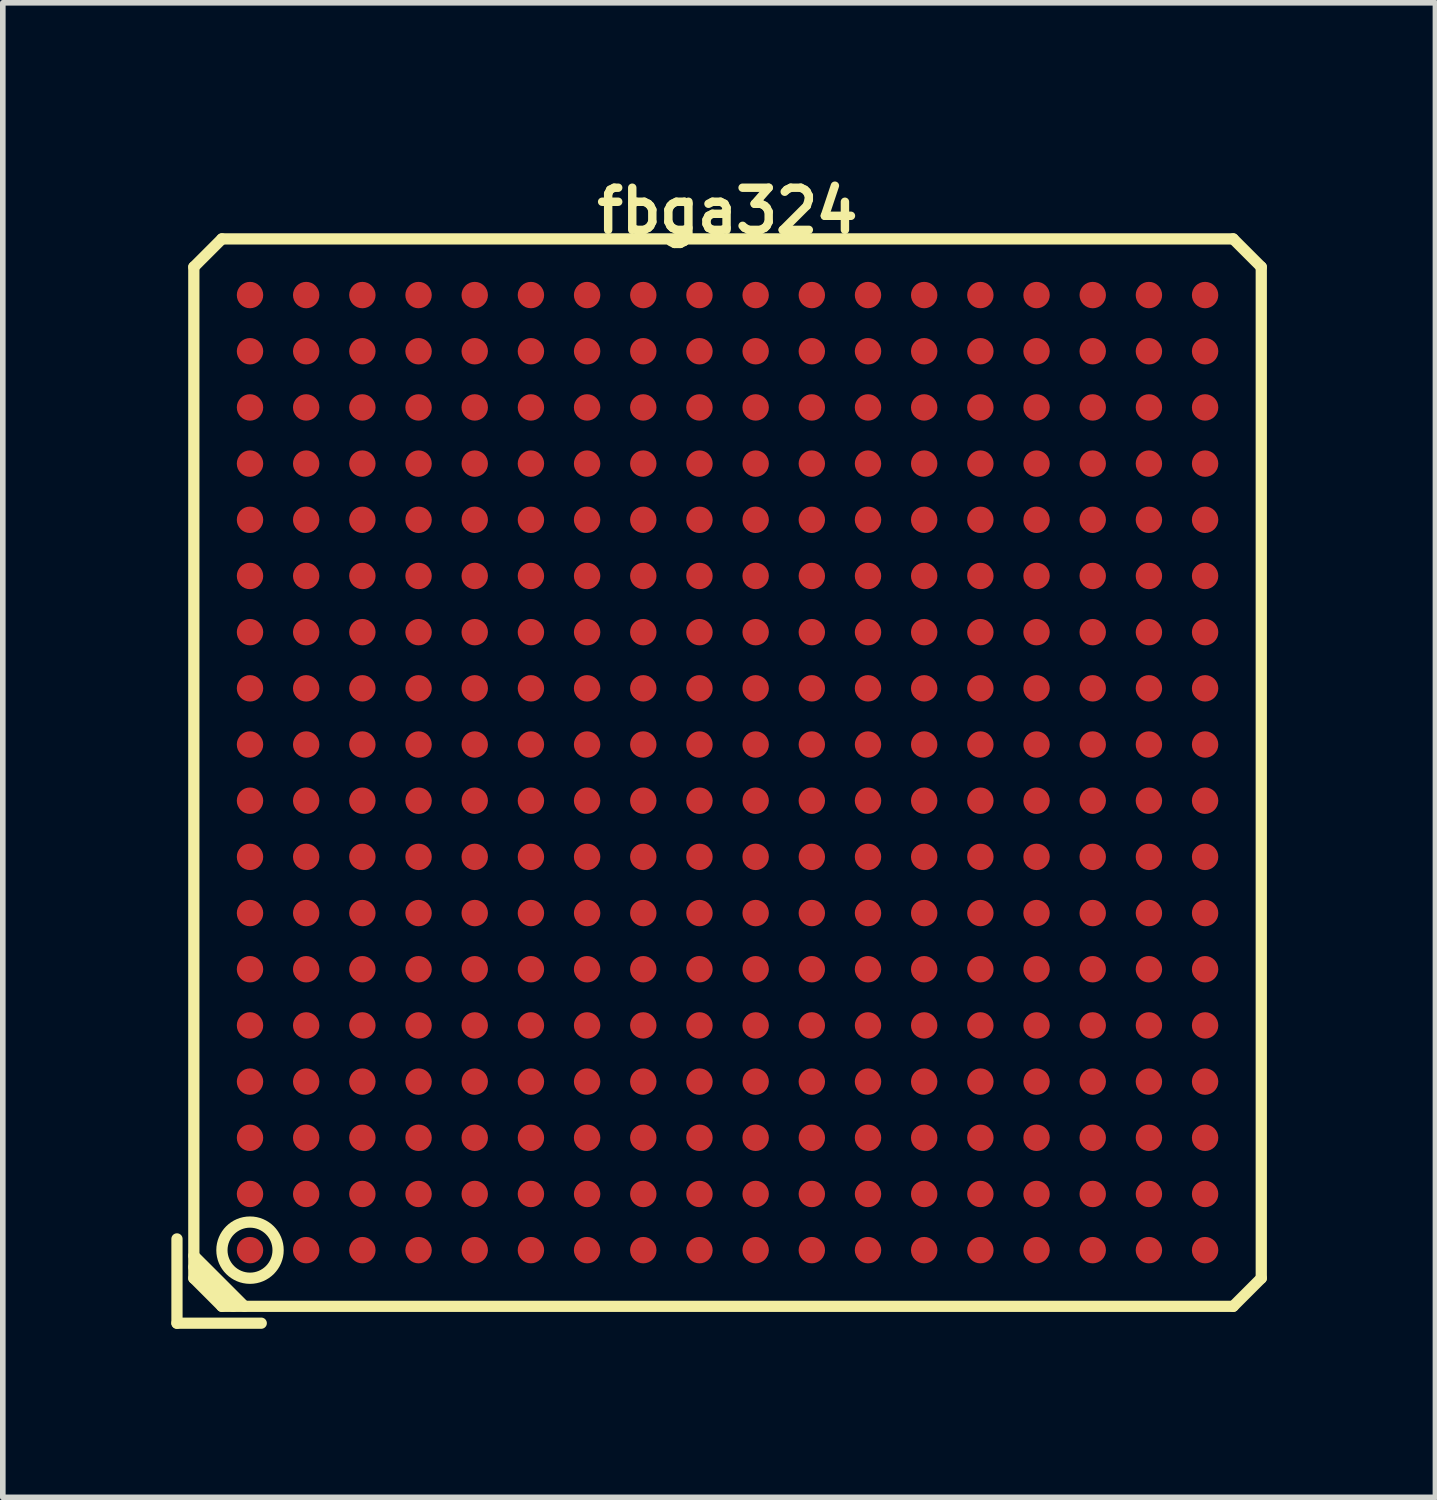
<source format=kicad_pcb>
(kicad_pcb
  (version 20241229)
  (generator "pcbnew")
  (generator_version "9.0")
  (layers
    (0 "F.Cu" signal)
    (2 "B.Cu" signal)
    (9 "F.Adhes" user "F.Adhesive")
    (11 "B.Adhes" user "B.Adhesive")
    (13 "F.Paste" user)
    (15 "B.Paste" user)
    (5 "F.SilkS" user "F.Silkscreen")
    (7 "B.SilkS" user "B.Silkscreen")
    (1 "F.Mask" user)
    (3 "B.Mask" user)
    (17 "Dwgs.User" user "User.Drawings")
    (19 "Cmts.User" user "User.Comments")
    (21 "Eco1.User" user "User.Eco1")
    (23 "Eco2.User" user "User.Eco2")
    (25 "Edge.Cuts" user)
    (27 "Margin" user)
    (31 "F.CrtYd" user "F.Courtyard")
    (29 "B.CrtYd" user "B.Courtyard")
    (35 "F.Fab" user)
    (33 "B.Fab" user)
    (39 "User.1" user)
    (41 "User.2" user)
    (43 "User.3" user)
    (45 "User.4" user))
  (footprint "fbga324"
    (layer "F.Cu")
    (at 9.9 10.702)
    (property "Reference" "fbga324" (at 0 -10 0) (layer "F.SilkS") (effects (font (size 0.75 0.75) (thickness 0.15))))
    (attr through_hole)
    (fp_line (start -9.8 8.3) (end -9.8 9.8) (stroke (width 0.2) (type solid)) (layer "F.SilkS"))
    (fp_line (start -9.8 9.8) (end -8.3 9.8) (stroke (width 0.2) (type solid)) (layer "F.SilkS"))
    (fp_line (start -9.5 -9) (end -9.5 9) (stroke (width 0.2) (type solid)) (layer "F.SilkS"))
    (fp_line (start -9.5 -9) (end -9 -9.5) (stroke (width 0.2) (type solid)) (layer "F.SilkS"))
    (fp_line (start -9.5 8.8) (end -8.8 9.5) (stroke (width 0.2) (type solid)) (layer "F.SilkS"))
    (fp_line (start -9 9.5) (end -9.5 9) (stroke (width 0.2) (type solid)) (layer "F.SilkS"))
    (fp_line (start -9 9.5) (end 9 9.5) (stroke (width 0.2) (type solid)) (layer "F.SilkS"))
    (fp_line (start -8.6 9.5) (end -9.5 8.6) (stroke (width 0.2) (type solid)) (layer "F.SilkS"))
    (fp_line (start 9 -9.5) (end -9 -9.5) (stroke (width 0.2) (type solid)) (layer "F.SilkS"))
    (fp_line (start 9 -9.5) (end 9.5 -9) (stroke (width 0.2) (type solid)) (layer "F.SilkS"))
    (fp_line (start 9.5 9) (end 9 9.5) (stroke (width 0.2) (type solid)) (layer "F.SilkS"))
    (fp_line (start 9.5 9) (end 9.5 -9) (stroke (width 0.2) (type solid)) (layer "F.SilkS"))
    (fp_circle (center -8.5 8.5) (end -8.9 8.8) (stroke (width 0.2) (type solid)) (fill no) (layer "F.SilkS"))
    (pad "A1" smd circle (at -8.5 8.5) (size 0.47 0.47) (layers "F.Cu" "F.Mask" "F.Paste"))
    (pad "A2" smd circle (at -7.5 8.5) (size 0.47 0.47) (layers "F.Cu" "F.Mask" "F.Paste"))
    (pad "A3" smd circle (at -6.5 8.5) (size 0.47 0.47) (layers "F.Cu" "F.Mask" "F.Paste"))
    (pad "A4" smd circle (at -5.5 8.5) (size 0.47 0.47) (layers "F.Cu" "F.Mask" "F.Paste"))
    (pad "A5" smd circle (at -4.5 8.5) (size 0.47 0.47) (layers "F.Cu" "F.Mask" "F.Paste"))
    (pad "A6" smd circle (at -3.5 8.5) (size 0.47 0.47) (layers "F.Cu" "F.Mask" "F.Paste"))
    (pad "A7" smd circle (at -2.5 8.5) (size 0.47 0.47) (layers "F.Cu" "F.Mask" "F.Paste"))
    (pad "A8" smd circle (at -1.5 8.5) (size 0.47 0.47) (layers "F.Cu" "F.Mask" "F.Paste"))
    (pad "A9" smd circle (at -0.5 8.5) (size 0.47 0.47) (layers "F.Cu" "F.Mask" "F.Paste"))
    (pad "A10" smd circle (at 0.5 8.5) (size 0.47 0.47) (layers "F.Cu" "F.Mask" "F.Paste"))
    (pad "A11" smd circle (at 1.5 8.5) (size 0.47 0.47) (layers "F.Cu" "F.Mask" "F.Paste"))
    (pad "A12" smd circle (at 2.5 8.5) (size 0.47 0.47) (layers "F.Cu" "F.Mask" "F.Paste"))
    (pad "A13" smd circle (at 3.5 8.5) (size 0.47 0.47) (layers "F.Cu" "F.Mask" "F.Paste"))
    (pad "A14" smd circle (at 4.5 8.5) (size 0.47 0.47) (layers "F.Cu" "F.Mask" "F.Paste"))
    (pad "A15" smd circle (at 5.5 8.5) (size 0.47 0.47) (layers "F.Cu" "F.Mask" "F.Paste"))
    (pad "A16" smd circle (at 6.5 8.5) (size 0.47 0.47) (layers "F.Cu" "F.Mask" "F.Paste"))
    (pad "A17" smd circle (at 7.5 8.5) (size 0.47 0.47) (layers "F.Cu" "F.Mask" "F.Paste"))
    (pad "A18" smd circle (at 8.5 8.5) (size 0.47 0.47) (layers "F.Cu" "F.Mask" "F.Paste"))
    (pad "B1" smd circle (at -8.5 7.5) (size 0.47 0.47) (layers "F.Cu" "F.Mask" "F.Paste"))
    (pad "B2" smd circle (at -7.5 7.5) (size 0.47 0.47) (layers "F.Cu" "F.Mask" "F.Paste"))
    (pad "B3" smd circle (at -6.5 7.5) (size 0.47 0.47) (layers "F.Cu" "F.Mask" "F.Paste"))
    (pad "B4" smd circle (at -5.5 7.5) (size 0.47 0.47) (layers "F.Cu" "F.Mask" "F.Paste"))
    (pad "B5" smd circle (at -4.5 7.5) (size 0.47 0.47) (layers "F.Cu" "F.Mask" "F.Paste"))
    (pad "B6" smd circle (at -3.5 7.5) (size 0.47 0.47) (layers "F.Cu" "F.Mask" "F.Paste"))
    (pad "B7" smd circle (at -2.5 7.5) (size 0.47 0.47) (layers "F.Cu" "F.Mask" "F.Paste"))
    (pad "B8" smd circle (at -1.5 7.5) (size 0.47 0.47) (layers "F.Cu" "F.Mask" "F.Paste"))
    (pad "B9" smd circle (at -0.5 7.5) (size 0.47 0.47) (layers "F.Cu" "F.Mask" "F.Paste"))
    (pad "B10" smd circle (at 0.5 7.5) (size 0.47 0.47) (layers "F.Cu" "F.Mask" "F.Paste"))
    (pad "B11" smd circle (at 1.5 7.5) (size 0.47 0.47) (layers "F.Cu" "F.Mask" "F.Paste"))
    (pad "B12" smd circle (at 2.5 7.5) (size 0.47 0.47) (layers "F.Cu" "F.Mask" "F.Paste"))
    (pad "B13" smd circle (at 3.5 7.5) (size 0.47 0.47) (layers "F.Cu" "F.Mask" "F.Paste"))
    (pad "B14" smd circle (at 4.5 7.5) (size 0.47 0.47) (layers "F.Cu" "F.Mask" "F.Paste"))
    (pad "B15" smd circle (at 5.5 7.5) (size 0.47 0.47) (layers "F.Cu" "F.Mask" "F.Paste"))
    (pad "B16" smd circle (at 6.5 7.5) (size 0.47 0.47) (layers "F.Cu" "F.Mask" "F.Paste"))
    (pad "B17" smd circle (at 7.5 7.5) (size 0.47 0.47) (layers "F.Cu" "F.Mask" "F.Paste"))
    (pad "B18" smd circle (at 8.5 7.5) (size 0.47 0.47) (layers "F.Cu" "F.Mask" "F.Paste"))
    (pad "C1" smd circle (at -8.5 6.5) (size 0.47 0.47) (layers "F.Cu" "F.Mask" "F.Paste"))
    (pad "C2" smd circle (at -7.5 6.5) (size 0.47 0.47) (layers "F.Cu" "F.Mask" "F.Paste"))
    (pad "C3" smd circle (at -6.5 6.5) (size 0.47 0.47) (layers "F.Cu" "F.Mask" "F.Paste"))
    (pad "C4" smd circle (at -5.5 6.5) (size 0.47 0.47) (layers "F.Cu" "F.Mask" "F.Paste"))
    (pad "C5" smd circle (at -4.5 6.5) (size 0.47 0.47) (layers "F.Cu" "F.Mask" "F.Paste"))
    (pad "C6" smd circle (at -3.5 6.5) (size 0.47 0.47) (layers "F.Cu" "F.Mask" "F.Paste"))
    (pad "C7" smd circle (at -2.5 6.5) (size 0.47 0.47) (layers "F.Cu" "F.Mask" "F.Paste"))
    (pad "C8" smd circle (at -1.5 6.5) (size 0.47 0.47) (layers "F.Cu" "F.Mask" "F.Paste"))
    (pad "C9" smd circle (at -0.5 6.5) (size 0.47 0.47) (layers "F.Cu" "F.Mask" "F.Paste"))
    (pad "C10" smd circle (at 0.5 6.5) (size 0.47 0.47) (layers "F.Cu" "F.Mask" "F.Paste"))
    (pad "C11" smd circle (at 1.5 6.5) (size 0.47 0.47) (layers "F.Cu" "F.Mask" "F.Paste"))
    (pad "C12" smd circle (at 2.5 6.5) (size 0.47 0.47) (layers "F.Cu" "F.Mask" "F.Paste"))
    (pad "C13" smd circle (at 3.5 6.5) (size 0.47 0.47) (layers "F.Cu" "F.Mask" "F.Paste"))
    (pad "C14" smd circle (at 4.5 6.5) (size 0.47 0.47) (layers "F.Cu" "F.Mask" "F.Paste"))
    (pad "C15" smd circle (at 5.5 6.5) (size 0.47 0.47) (layers "F.Cu" "F.Mask" "F.Paste"))
    (pad "C16" smd circle (at 6.5 6.5) (size 0.47 0.47) (layers "F.Cu" "F.Mask" "F.Paste"))
    (pad "C17" smd circle (at 7.5 6.5) (size 0.47 0.47) (layers "F.Cu" "F.Mask" "F.Paste"))
    (pad "C18" smd circle (at 8.5 6.5) (size 0.47 0.47) (layers "F.Cu" "F.Mask" "F.Paste"))
    (pad "D1" smd circle (at -8.5 5.5) (size 0.47 0.47) (layers "F.Cu" "F.Mask" "F.Paste"))
    (pad "D2" smd circle (at -7.5 5.5) (size 0.47 0.47) (layers "F.Cu" "F.Mask" "F.Paste"))
    (pad "D3" smd circle (at -6.5 5.5) (size 0.47 0.47) (layers "F.Cu" "F.Mask" "F.Paste"))
    (pad "D4" smd circle (at -5.5 5.5) (size 0.47 0.47) (layers "F.Cu" "F.Mask" "F.Paste"))
    (pad "D5" smd circle (at -4.5 5.5) (size 0.47 0.47) (layers "F.Cu" "F.Mask" "F.Paste"))
    (pad "D6" smd circle (at -3.5 5.5) (size 0.47 0.47) (layers "F.Cu" "F.Mask" "F.Paste"))
    (pad "D7" smd circle (at -2.5 5.5) (size 0.47 0.47) (layers "F.Cu" "F.Mask" "F.Paste"))
    (pad "D8" smd circle (at -1.5 5.5) (size 0.47 0.47) (layers "F.Cu" "F.Mask" "F.Paste"))
    (pad "D9" smd circle (at -0.5 5.5) (size 0.47 0.47) (layers "F.Cu" "F.Mask" "F.Paste"))
    (pad "D10" smd circle (at 0.5 5.5) (size 0.47 0.47) (layers "F.Cu" "F.Mask" "F.Paste"))
    (pad "D11" smd circle (at 1.5 5.5) (size 0.47 0.47) (layers "F.Cu" "F.Mask" "F.Paste"))
    (pad "D12" smd circle (at 2.5 5.5) (size 0.47 0.47) (layers "F.Cu" "F.Mask" "F.Paste"))
    (pad "D13" smd circle (at 3.5 5.5) (size 0.47 0.47) (layers "F.Cu" "F.Mask" "F.Paste"))
    (pad "D14" smd circle (at 4.5 5.5) (size 0.47 0.47) (layers "F.Cu" "F.Mask" "F.Paste"))
    (pad "D15" smd circle (at 5.5 5.5) (size 0.47 0.47) (layers "F.Cu" "F.Mask" "F.Paste"))
    (pad "D16" smd circle (at 6.5 5.5) (size 0.47 0.47) (layers "F.Cu" "F.Mask" "F.Paste"))
    (pad "D17" smd circle (at 7.5 5.5) (size 0.47 0.47) (layers "F.Cu" "F.Mask" "F.Paste"))
    (pad "D18" smd circle (at 8.5 5.5) (size 0.47 0.47) (layers "F.Cu" "F.Mask" "F.Paste"))
    (pad "E1" smd circle (at -8.5 4.5) (size 0.47 0.47) (layers "F.Cu" "F.Mask" "F.Paste"))
    (pad "E2" smd circle (at -7.5 4.5) (size 0.47 0.47) (layers "F.Cu" "F.Mask" "F.Paste"))
    (pad "E3" smd circle (at -6.5 4.5) (size 0.47 0.47) (layers "F.Cu" "F.Mask" "F.Paste"))
    (pad "E4" smd circle (at -5.5 4.5) (size 0.47 0.47) (layers "F.Cu" "F.Mask" "F.Paste"))
    (pad "E5" smd circle (at -4.5 4.5) (size 0.47 0.47) (layers "F.Cu" "F.Mask" "F.Paste"))
    (pad "E6" smd circle (at -3.5 4.5) (size 0.47 0.47) (layers "F.Cu" "F.Mask" "F.Paste"))
    (pad "E7" smd circle (at -2.5 4.5) (size 0.47 0.47) (layers "F.Cu" "F.Mask" "F.Paste"))
    (pad "E8" smd circle (at -1.5 4.5) (size 0.47 0.47) (layers "F.Cu" "F.Mask" "F.Paste"))
    (pad "E9" smd circle (at -0.5 4.5) (size 0.47 0.47) (layers "F.Cu" "F.Mask" "F.Paste"))
    (pad "E10" smd circle (at 0.5 4.5) (size 0.47 0.47) (layers "F.Cu" "F.Mask" "F.Paste"))
    (pad "E11" smd circle (at 1.5 4.5) (size 0.47 0.47) (layers "F.Cu" "F.Mask" "F.Paste"))
    (pad "E12" smd circle (at 2.5 4.5) (size 0.47 0.47) (layers "F.Cu" "F.Mask" "F.Paste"))
    (pad "E13" smd circle (at 3.5 4.5) (size 0.47 0.47) (layers "F.Cu" "F.Mask" "F.Paste"))
    (pad "E14" smd circle (at 4.5 4.5) (size 0.47 0.47) (layers "F.Cu" "F.Mask" "F.Paste"))
    (pad "E15" smd circle (at 5.5 4.5) (size 0.47 0.47) (layers "F.Cu" "F.Mask" "F.Paste"))
    (pad "E16" smd circle (at 6.5 4.5) (size 0.47 0.47) (layers "F.Cu" "F.Mask" "F.Paste"))
    (pad "E17" smd circle (at 7.5 4.5) (size 0.47 0.47) (layers "F.Cu" "F.Mask" "F.Paste"))
    (pad "E18" smd circle (at 8.5 4.5) (size 0.47 0.47) (layers "F.Cu" "F.Mask" "F.Paste"))
    (pad "F1" smd circle (at -8.5 3.5) (size 0.47 0.47) (layers "F.Cu" "F.Mask" "F.Paste"))
    (pad "F2" smd circle (at -7.5 3.5) (size 0.47 0.47) (layers "F.Cu" "F.Mask" "F.Paste"))
    (pad "F3" smd circle (at -6.5 3.5) (size 0.47 0.47) (layers "F.Cu" "F.Mask" "F.Paste"))
    (pad "F4" smd circle (at -5.5 3.5) (size 0.47 0.47) (layers "F.Cu" "F.Mask" "F.Paste"))
    (pad "F5" smd circle (at -4.5 3.5) (size 0.47 0.47) (layers "F.Cu" "F.Mask" "F.Paste"))
    (pad "F6" smd circle (at -3.5 3.5) (size 0.47 0.47) (layers "F.Cu" "F.Mask" "F.Paste"))
    (pad "F7" smd circle (at -2.5 3.5) (size 0.47 0.47) (layers "F.Cu" "F.Mask" "F.Paste"))
    (pad "F8" smd circle (at -1.5 3.5) (size 0.47 0.47) (layers "F.Cu" "F.Mask" "F.Paste"))
    (pad "F9" smd circle (at -0.5 3.5) (size 0.47 0.47) (layers "F.Cu" "F.Mask" "F.Paste"))
    (pad "F10" smd circle (at 0.5 3.5) (size 0.47 0.47) (layers "F.Cu" "F.Mask" "F.Paste"))
    (pad "F11" smd circle (at 1.5 3.5) (size 0.47 0.47) (layers "F.Cu" "F.Mask" "F.Paste"))
    (pad "F12" smd circle (at 2.5 3.5) (size 0.47 0.47) (layers "F.Cu" "F.Mask" "F.Paste"))
    (pad "F13" smd circle (at 3.5 3.5) (size 0.47 0.47) (layers "F.Cu" "F.Mask" "F.Paste"))
    (pad "F14" smd circle (at 4.5 3.5) (size 0.47 0.47) (layers "F.Cu" "F.Mask" "F.Paste"))
    (pad "F15" smd circle (at 5.5 3.5) (size 0.47 0.47) (layers "F.Cu" "F.Mask" "F.Paste"))
    (pad "F16" smd circle (at 6.5 3.5) (size 0.47 0.47) (layers "F.Cu" "F.Mask" "F.Paste"))
    (pad "F17" smd circle (at 7.5 3.5) (size 0.47 0.47) (layers "F.Cu" "F.Mask" "F.Paste"))
    (pad "F18" smd circle (at 8.5 3.5) (size 0.47 0.47) (layers "F.Cu" "F.Mask" "F.Paste"))
    (pad "G1" smd circle (at -8.5 2.5) (size 0.47 0.47) (layers "F.Cu" "F.Mask" "F.Paste"))
    (pad "G2" smd circle (at -7.5 2.5) (size 0.47 0.47) (layers "F.Cu" "F.Mask" "F.Paste"))
    (pad "G3" smd circle (at -6.5 2.5) (size 0.47 0.47) (layers "F.Cu" "F.Mask" "F.Paste"))
    (pad "G4" smd circle (at -5.5 2.5) (size 0.47 0.47) (layers "F.Cu" "F.Mask" "F.Paste"))
    (pad "G5" smd circle (at -4.5 2.5) (size 0.47 0.47) (layers "F.Cu" "F.Mask" "F.Paste"))
    (pad "G6" smd circle (at -3.5 2.5) (size 0.47 0.47) (layers "F.Cu" "F.Mask" "F.Paste"))
    (pad "G7" smd circle (at -2.5 2.5) (size 0.47 0.47) (layers "F.Cu" "F.Mask" "F.Paste"))
    (pad "G8" smd circle (at -1.5 2.5) (size 0.47 0.47) (layers "F.Cu" "F.Mask" "F.Paste"))
    (pad "G9" smd circle (at -0.5 2.5) (size 0.47 0.47) (layers "F.Cu" "F.Mask" "F.Paste"))
    (pad "G10" smd circle (at 0.5 2.5) (size 0.47 0.47) (layers "F.Cu" "F.Mask" "F.Paste"))
    (pad "G11" smd circle (at 1.5 2.5) (size 0.47 0.47) (layers "F.Cu" "F.Mask" "F.Paste"))
    (pad "G12" smd circle (at 2.5 2.5) (size 0.47 0.47) (layers "F.Cu" "F.Mask" "F.Paste"))
    (pad "G13" smd circle (at 3.5 2.5) (size 0.47 0.47) (layers "F.Cu" "F.Mask" "F.Paste"))
    (pad "G14" smd circle (at 4.5 2.5) (size 0.47 0.47) (layers "F.Cu" "F.Mask" "F.Paste"))
    (pad "G15" smd circle (at 5.5 2.5) (size 0.47 0.47) (layers "F.Cu" "F.Mask" "F.Paste"))
    (pad "G16" smd circle (at 6.5 2.5) (size 0.47 0.47) (layers "F.Cu" "F.Mask" "F.Paste"))
    (pad "G17" smd circle (at 7.5 2.5) (size 0.47 0.47) (layers "F.Cu" "F.Mask" "F.Paste"))
    (pad "G18" smd circle (at 8.5 2.5) (size 0.47 0.47) (layers "F.Cu" "F.Mask" "F.Paste"))
    (pad "H1" smd circle (at -8.5 1.5) (size 0.47 0.47) (layers "F.Cu" "F.Mask" "F.Paste"))
    (pad "H2" smd circle (at -7.5 1.5) (size 0.47 0.47) (layers "F.Cu" "F.Mask" "F.Paste"))
    (pad "H3" smd circle (at -6.5 1.5) (size 0.47 0.47) (layers "F.Cu" "F.Mask" "F.Paste"))
    (pad "H4" smd circle (at -5.5 1.5) (size 0.47 0.47) (layers "F.Cu" "F.Mask" "F.Paste"))
    (pad "H5" smd circle (at -4.5 1.5) (size 0.47 0.47) (layers "F.Cu" "F.Mask" "F.Paste"))
    (pad "H6" smd circle (at -3.5 1.5) (size 0.47 0.47) (layers "F.Cu" "F.Mask" "F.Paste"))
    (pad "H7" smd circle (at -2.5 1.5) (size 0.47 0.47) (layers "F.Cu" "F.Mask" "F.Paste"))
    (pad "H8" smd circle (at -1.5 1.5) (size 0.47 0.47) (layers "F.Cu" "F.Mask" "F.Paste"))
    (pad "H9" smd circle (at -0.5 1.5) (size 0.47 0.47) (layers "F.Cu" "F.Mask" "F.Paste"))
    (pad "H10" smd circle (at 0.5 1.5) (size 0.47 0.47) (layers "F.Cu" "F.Mask" "F.Paste"))
    (pad "H11" smd circle (at 1.5 1.5) (size 0.47 0.47) (layers "F.Cu" "F.Mask" "F.Paste"))
    (pad "H12" smd circle (at 2.5 1.5) (size 0.47 0.47) (layers "F.Cu" "F.Mask" "F.Paste"))
    (pad "H13" smd circle (at 3.5 1.5) (size 0.47 0.47) (layers "F.Cu" "F.Mask" "F.Paste"))
    (pad "H14" smd circle (at 4.5 1.5) (size 0.47 0.47) (layers "F.Cu" "F.Mask" "F.Paste"))
    (pad "H15" smd circle (at 5.5 1.5) (size 0.47 0.47) (layers "F.Cu" "F.Mask" "F.Paste"))
    (pad "H16" smd circle (at 6.5 1.5) (size 0.47 0.47) (layers "F.Cu" "F.Mask" "F.Paste"))
    (pad "H17" smd circle (at 7.5 1.5) (size 0.47 0.47) (layers "F.Cu" "F.Mask" "F.Paste"))
    (pad "H18" smd circle (at 8.5 1.5) (size 0.47 0.47) (layers "F.Cu" "F.Mask" "F.Paste"))
    (pad "J1" smd circle (at -8.5 0.5) (size 0.47 0.47) (layers "F.Cu" "F.Mask" "F.Paste"))
    (pad "J2" smd circle (at -7.5 0.5) (size 0.47 0.47) (layers "F.Cu" "F.Mask" "F.Paste"))
    (pad "J3" smd circle (at -6.5 0.5) (size 0.47 0.47) (layers "F.Cu" "F.Mask" "F.Paste"))
    (pad "J4" smd circle (at -5.5 0.5) (size 0.47 0.47) (layers "F.Cu" "F.Mask" "F.Paste"))
    (pad "J5" smd circle (at -4.5 0.5) (size 0.47 0.47) (layers "F.Cu" "F.Mask" "F.Paste"))
    (pad "J6" smd circle (at -3.5 0.5) (size 0.47 0.47) (layers "F.Cu" "F.Mask" "F.Paste"))
    (pad "J7" smd circle (at -2.5 0.5) (size 0.47 0.47) (layers "F.Cu" "F.Mask" "F.Paste"))
    (pad "J8" smd circle (at -1.5 0.5) (size 0.47 0.47) (layers "F.Cu" "F.Mask" "F.Paste"))
    (pad "J9" smd circle (at -0.5 0.5) (size 0.47 0.47) (layers "F.Cu" "F.Mask" "F.Paste"))
    (pad "J10" smd circle (at 0.5 0.5) (size 0.47 0.47) (layers "F.Cu" "F.Mask" "F.Paste"))
    (pad "J11" smd circle (at 1.5 0.5) (size 0.47 0.47) (layers "F.Cu" "F.Mask" "F.Paste"))
    (pad "J12" smd circle (at 2.5 0.5) (size 0.47 0.47) (layers "F.Cu" "F.Mask" "F.Paste"))
    (pad "J13" smd circle (at 3.5 0.5) (size 0.47 0.47) (layers "F.Cu" "F.Mask" "F.Paste"))
    (pad "J14" smd circle (at 4.5 0.5) (size 0.47 0.47) (layers "F.Cu" "F.Mask" "F.Paste"))
    (pad "J15" smd circle (at 5.5 0.5) (size 0.47 0.47) (layers "F.Cu" "F.Mask" "F.Paste"))
    (pad "J16" smd circle (at 6.5 0.5) (size 0.47 0.47) (layers "F.Cu" "F.Mask" "F.Paste"))
    (pad "J17" smd circle (at 7.5 0.5) (size 0.47 0.47) (layers "F.Cu" "F.Mask" "F.Paste"))
    (pad "J18" smd circle (at 8.5 0.5) (size 0.47 0.47) (layers "F.Cu" "F.Mask" "F.Paste"))
    (pad "K1" smd circle (at -8.5 -0.5) (size 0.47 0.47) (layers "F.Cu" "F.Mask" "F.Paste"))
    (pad "K2" smd circle (at -7.5 -0.5) (size 0.47 0.47) (layers "F.Cu" "F.Mask" "F.Paste"))
    (pad "K3" smd circle (at -6.5 -0.5) (size 0.47 0.47) (layers "F.Cu" "F.Mask" "F.Paste"))
    (pad "K4" smd circle (at -5.5 -0.5) (size 0.47 0.47) (layers "F.Cu" "F.Mask" "F.Paste"))
    (pad "K5" smd circle (at -4.5 -0.5) (size 0.47 0.47) (layers "F.Cu" "F.Mask" "F.Paste"))
    (pad "K6" smd circle (at -3.5 -0.5) (size 0.47 0.47) (layers "F.Cu" "F.Mask" "F.Paste"))
    (pad "K7" smd circle (at -2.5 -0.5) (size 0.47 0.47) (layers "F.Cu" "F.Mask" "F.Paste"))
    (pad "K8" smd circle (at -1.5 -0.5) (size 0.47 0.47) (layers "F.Cu" "F.Mask" "F.Paste"))
    (pad "K9" smd circle (at -0.5 -0.5) (size 0.47 0.47) (layers "F.Cu" "F.Mask" "F.Paste"))
    (pad "K10" smd circle (at 0.5 -0.5) (size 0.47 0.47) (layers "F.Cu" "F.Mask" "F.Paste"))
    (pad "K11" smd circle (at 1.5 -0.5) (size 0.47 0.47) (layers "F.Cu" "F.Mask" "F.Paste"))
    (pad "K12" smd circle (at 2.5 -0.5) (size 0.47 0.47) (layers "F.Cu" "F.Mask" "F.Paste"))
    (pad "K13" smd circle (at 3.5 -0.5) (size 0.47 0.47) (layers "F.Cu" "F.Mask" "F.Paste"))
    (pad "K14" smd circle (at 4.5 -0.5) (size 0.47 0.47) (layers "F.Cu" "F.Mask" "F.Paste"))
    (pad "K15" smd circle (at 5.5 -0.5) (size 0.47 0.47) (layers "F.Cu" "F.Mask" "F.Paste"))
    (pad "K16" smd circle (at 6.5 -0.5) (size 0.47 0.47) (layers "F.Cu" "F.Mask" "F.Paste"))
    (pad "K17" smd circle (at 7.5 -0.5) (size 0.47 0.47) (layers "F.Cu" "F.Mask" "F.Paste"))
    (pad "K18" smd circle (at 8.5 -0.5) (size 0.47 0.47) (layers "F.Cu" "F.Mask" "F.Paste"))
    (pad "L1" smd circle (at -8.5 -1.5) (size 0.47 0.47) (layers "F.Cu" "F.Mask" "F.Paste"))
    (pad "L2" smd circle (at -7.5 -1.5) (size 0.47 0.47) (layers "F.Cu" "F.Mask" "F.Paste"))
    (pad "L3" smd circle (at -6.5 -1.5) (size 0.47 0.47) (layers "F.Cu" "F.Mask" "F.Paste"))
    (pad "L4" smd circle (at -5.5 -1.5) (size 0.47 0.47) (layers "F.Cu" "F.Mask" "F.Paste"))
    (pad "L5" smd circle (at -4.5 -1.5) (size 0.47 0.47) (layers "F.Cu" "F.Mask" "F.Paste"))
    (pad "L6" smd circle (at -3.5 -1.5) (size 0.47 0.47) (layers "F.Cu" "F.Mask" "F.Paste"))
    (pad "L7" smd circle (at -2.5 -1.5) (size 0.47 0.47) (layers "F.Cu" "F.Mask" "F.Paste"))
    (pad "L8" smd circle (at -1.5 -1.5) (size 0.47 0.47) (layers "F.Cu" "F.Mask" "F.Paste"))
    (pad "L9" smd circle (at -0.5 -1.5) (size 0.47 0.47) (layers "F.Cu" "F.Mask" "F.Paste"))
    (pad "L10" smd circle (at 0.5 -1.5) (size 0.47 0.47) (layers "F.Cu" "F.Mask" "F.Paste"))
    (pad "L11" smd circle (at 1.5 -1.5) (size 0.47 0.47) (layers "F.Cu" "F.Mask" "F.Paste"))
    (pad "L12" smd circle (at 2.5 -1.5) (size 0.47 0.47) (layers "F.Cu" "F.Mask" "F.Paste"))
    (pad "L13" smd circle (at 3.5 -1.5) (size 0.47 0.47) (layers "F.Cu" "F.Mask" "F.Paste"))
    (pad "L14" smd circle (at 4.5 -1.5) (size 0.47 0.47) (layers "F.Cu" "F.Mask" "F.Paste"))
    (pad "L15" smd circle (at 5.5 -1.5) (size 0.47 0.47) (layers "F.Cu" "F.Mask" "F.Paste"))
    (pad "L16" smd circle (at 6.5 -1.5) (size 0.47 0.47) (layers "F.Cu" "F.Mask" "F.Paste"))
    (pad "L17" smd circle (at 7.5 -1.5) (size 0.47 0.47) (layers "F.Cu" "F.Mask" "F.Paste"))
    (pad "L18" smd circle (at 8.5 -1.5) (size 0.47 0.47) (layers "F.Cu" "F.Mask" "F.Paste"))
    (pad "M1" smd circle (at -8.5 -2.5) (size 0.47 0.47) (layers "F.Cu" "F.Mask" "F.Paste"))
    (pad "M2" smd circle (at -7.5 -2.5) (size 0.47 0.47) (layers "F.Cu" "F.Mask" "F.Paste"))
    (pad "M3" smd circle (at -6.5 -2.5) (size 0.47 0.47) (layers "F.Cu" "F.Mask" "F.Paste"))
    (pad "M4" smd circle (at -5.5 -2.5) (size 0.47 0.47) (layers "F.Cu" "F.Mask" "F.Paste"))
    (pad "M5" smd circle (at -4.5 -2.5) (size 0.47 0.47) (layers "F.Cu" "F.Mask" "F.Paste"))
    (pad "M6" smd circle (at -3.5 -2.5) (size 0.47 0.47) (layers "F.Cu" "F.Mask" "F.Paste"))
    (pad "M7" smd circle (at -2.5 -2.5) (size 0.47 0.47) (layers "F.Cu" "F.Mask" "F.Paste"))
    (pad "M8" smd circle (at -1.5 -2.5) (size 0.47 0.47) (layers "F.Cu" "F.Mask" "F.Paste"))
    (pad "M9" smd circle (at -0.5 -2.5) (size 0.47 0.47) (layers "F.Cu" "F.Mask" "F.Paste"))
    (pad "M10" smd circle (at 0.5 -2.5) (size 0.47 0.47) (layers "F.Cu" "F.Mask" "F.Paste"))
    (pad "M11" smd circle (at 1.5 -2.5) (size 0.47 0.47) (layers "F.Cu" "F.Mask" "F.Paste"))
    (pad "M12" smd circle (at 2.5 -2.5) (size 0.47 0.47) (layers "F.Cu" "F.Mask" "F.Paste"))
    (pad "M13" smd circle (at 3.5 -2.5) (size 0.47 0.47) (layers "F.Cu" "F.Mask" "F.Paste"))
    (pad "M14" smd circle (at 4.5 -2.5) (size 0.47 0.47) (layers "F.Cu" "F.Mask" "F.Paste"))
    (pad "M15" smd circle (at 5.5 -2.5) (size 0.47 0.47) (layers "F.Cu" "F.Mask" "F.Paste"))
    (pad "M16" smd circle (at 6.5 -2.5) (size 0.47 0.47) (layers "F.Cu" "F.Mask" "F.Paste"))
    (pad "M17" smd circle (at 7.5 -2.5) (size 0.47 0.47) (layers "F.Cu" "F.Mask" "F.Paste"))
    (pad "M18" smd circle (at 8.5 -2.5) (size 0.47 0.47) (layers "F.Cu" "F.Mask" "F.Paste"))
    (pad "N1" smd circle (at -8.5 -3.5) (size 0.47 0.47) (layers "F.Cu" "F.Mask" "F.Paste"))
    (pad "N2" smd circle (at -7.5 -3.5) (size 0.47 0.47) (layers "F.Cu" "F.Mask" "F.Paste"))
    (pad "N3" smd circle (at -6.5 -3.5) (size 0.47 0.47) (layers "F.Cu" "F.Mask" "F.Paste"))
    (pad "N4" smd circle (at -5.5 -3.5) (size 0.47 0.47) (layers "F.Cu" "F.Mask" "F.Paste"))
    (pad "N5" smd circle (at -4.5 -3.5) (size 0.47 0.47) (layers "F.Cu" "F.Mask" "F.Paste"))
    (pad "N6" smd circle (at -3.5 -3.5) (size 0.47 0.47) (layers "F.Cu" "F.Mask" "F.Paste"))
    (pad "N7" smd circle (at -2.5 -3.5) (size 0.47 0.47) (layers "F.Cu" "F.Mask" "F.Paste"))
    (pad "N8" smd circle (at -1.5 -3.5) (size 0.47 0.47) (layers "F.Cu" "F.Mask" "F.Paste"))
    (pad "N9" smd circle (at -0.5 -3.5) (size 0.47 0.47) (layers "F.Cu" "F.Mask" "F.Paste"))
    (pad "N10" smd circle (at 0.5 -3.5) (size 0.47 0.47) (layers "F.Cu" "F.Mask" "F.Paste"))
    (pad "N11" smd circle (at 1.5 -3.5) (size 0.47 0.47) (layers "F.Cu" "F.Mask" "F.Paste"))
    (pad "N12" smd circle (at 2.5 -3.5) (size 0.47 0.47) (layers "F.Cu" "F.Mask" "F.Paste"))
    (pad "N13" smd circle (at 3.5 -3.5) (size 0.47 0.47) (layers "F.Cu" "F.Mask" "F.Paste"))
    (pad "N14" smd circle (at 4.5 -3.5) (size 0.47 0.47) (layers "F.Cu" "F.Mask" "F.Paste"))
    (pad "N15" smd circle (at 5.5 -3.5) (size 0.47 0.47) (layers "F.Cu" "F.Mask" "F.Paste"))
    (pad "N16" smd circle (at 6.5 -3.5) (size 0.47 0.47) (layers "F.Cu" "F.Mask" "F.Paste"))
    (pad "N17" smd circle (at 7.5 -3.5) (size 0.47 0.47) (layers "F.Cu" "F.Mask" "F.Paste"))
    (pad "N18" smd circle (at 8.5 -3.5) (size 0.47 0.47) (layers "F.Cu" "F.Mask" "F.Paste"))
    (pad "P1" smd circle (at -8.5 -4.5) (size 0.47 0.47) (layers "F.Cu" "F.Mask" "F.Paste"))
    (pad "P2" smd circle (at -7.5 -4.5) (size 0.47 0.47) (layers "F.Cu" "F.Mask" "F.Paste"))
    (pad "P3" smd circle (at -6.5 -4.5) (size 0.47 0.47) (layers "F.Cu" "F.Mask" "F.Paste"))
    (pad "P4" smd circle (at -5.5 -4.5) (size 0.47 0.47) (layers "F.Cu" "F.Mask" "F.Paste"))
    (pad "P5" smd circle (at -4.5 -4.5) (size 0.47 0.47) (layers "F.Cu" "F.Mask" "F.Paste"))
    (pad "P6" smd circle (at -3.5 -4.5) (size 0.47 0.47) (layers "F.Cu" "F.Mask" "F.Paste"))
    (pad "P7" smd circle (at -2.5 -4.5) (size 0.47 0.47) (layers "F.Cu" "F.Mask" "F.Paste"))
    (pad "P8" smd circle (at -1.5 -4.5) (size 0.47 0.47) (layers "F.Cu" "F.Mask" "F.Paste"))
    (pad "P9" smd circle (at -0.5 -4.5) (size 0.47 0.47) (layers "F.Cu" "F.Mask" "F.Paste"))
    (pad "P10" smd circle (at 0.5 -4.5) (size 0.47 0.47) (layers "F.Cu" "F.Mask" "F.Paste"))
    (pad "P11" smd circle (at 1.5 -4.5) (size 0.47 0.47) (layers "F.Cu" "F.Mask" "F.Paste"))
    (pad "P12" smd circle (at 2.5 -4.5) (size 0.47 0.47) (layers "F.Cu" "F.Mask" "F.Paste"))
    (pad "P13" smd circle (at 3.5 -4.5) (size 0.47 0.47) (layers "F.Cu" "F.Mask" "F.Paste"))
    (pad "P14" smd circle (at 4.5 -4.5) (size 0.47 0.47) (layers "F.Cu" "F.Mask" "F.Paste"))
    (pad "P15" smd circle (at 5.5 -4.5) (size 0.47 0.47) (layers "F.Cu" "F.Mask" "F.Paste"))
    (pad "P16" smd circle (at 6.5 -4.5) (size 0.47 0.47) (layers "F.Cu" "F.Mask" "F.Paste"))
    (pad "P17" smd circle (at 7.5 -4.5) (size 0.47 0.47) (layers "F.Cu" "F.Mask" "F.Paste"))
    (pad "P18" smd circle (at 8.5 -4.5) (size 0.47 0.47) (layers "F.Cu" "F.Mask" "F.Paste"))
    (pad "R1" smd circle (at -8.5 -5.5) (size 0.47 0.47) (layers "F.Cu" "F.Mask" "F.Paste"))
    (pad "R2" smd circle (at -7.5 -5.5) (size 0.47 0.47) (layers "F.Cu" "F.Mask" "F.Paste"))
    (pad "R3" smd circle (at -6.5 -5.5) (size 0.47 0.47) (layers "F.Cu" "F.Mask" "F.Paste"))
    (pad "R4" smd circle (at -5.5 -5.5) (size 0.47 0.47) (layers "F.Cu" "F.Mask" "F.Paste"))
    (pad "R5" smd circle (at -4.5 -5.5) (size 0.47 0.47) (layers "F.Cu" "F.Mask" "F.Paste"))
    (pad "R6" smd circle (at -3.5 -5.5) (size 0.47 0.47) (layers "F.Cu" "F.Mask" "F.Paste"))
    (pad "R7" smd circle (at -2.5 -5.5) (size 0.47 0.47) (layers "F.Cu" "F.Mask" "F.Paste"))
    (pad "R8" smd circle (at -1.5 -5.5) (size 0.47 0.47) (layers "F.Cu" "F.Mask" "F.Paste"))
    (pad "R9" smd circle (at -0.5 -5.5) (size 0.47 0.47) (layers "F.Cu" "F.Mask" "F.Paste"))
    (pad "R10" smd circle (at 0.5 -5.5) (size 0.47 0.47) (layers "F.Cu" "F.Mask" "F.Paste"))
    (pad "R11" smd circle (at 1.5 -5.5) (size 0.47 0.47) (layers "F.Cu" "F.Mask" "F.Paste"))
    (pad "R12" smd circle (at 2.5 -5.5) (size 0.47 0.47) (layers "F.Cu" "F.Mask" "F.Paste"))
    (pad "R13" smd circle (at 3.5 -5.5) (size 0.47 0.47) (layers "F.Cu" "F.Mask" "F.Paste"))
    (pad "R14" smd circle (at 4.5 -5.5) (size 0.47 0.47) (layers "F.Cu" "F.Mask" "F.Paste"))
    (pad "R15" smd circle (at 5.5 -5.5) (size 0.47 0.47) (layers "F.Cu" "F.Mask" "F.Paste"))
    (pad "R16" smd circle (at 6.5 -5.5) (size 0.47 0.47) (layers "F.Cu" "F.Mask" "F.Paste"))
    (pad "R17" smd circle (at 7.5 -5.5) (size 0.47 0.47) (layers "F.Cu" "F.Mask" "F.Paste"))
    (pad "R18" smd circle (at 8.5 -5.5) (size 0.47 0.47) (layers "F.Cu" "F.Mask" "F.Paste"))
    (pad "T1" smd circle (at -8.5 -6.5) (size 0.47 0.47) (layers "F.Cu" "F.Mask" "F.Paste"))
    (pad "T2" smd circle (at -7.5 -6.5) (size 0.47 0.47) (layers "F.Cu" "F.Mask" "F.Paste"))
    (pad "T3" smd circle (at -6.5 -6.5) (size 0.47 0.47) (layers "F.Cu" "F.Mask" "F.Paste"))
    (pad "T4" smd circle (at -5.5 -6.5) (size 0.47 0.47) (layers "F.Cu" "F.Mask" "F.Paste"))
    (pad "T5" smd circle (at -4.5 -6.5) (size 0.47 0.47) (layers "F.Cu" "F.Mask" "F.Paste"))
    (pad "T6" smd circle (at -3.5 -6.5) (size 0.47 0.47) (layers "F.Cu" "F.Mask" "F.Paste"))
    (pad "T7" smd circle (at -2.5 -6.5) (size 0.47 0.47) (layers "F.Cu" "F.Mask" "F.Paste"))
    (pad "T8" smd circle (at -1.5 -6.5) (size 0.47 0.47) (layers "F.Cu" "F.Mask" "F.Paste"))
    (pad "T9" smd circle (at -0.5 -6.5) (size 0.47 0.47) (layers "F.Cu" "F.Mask" "F.Paste"))
    (pad "T10" smd circle (at 0.5 -6.5) (size 0.47 0.47) (layers "F.Cu" "F.Mask" "F.Paste"))
    (pad "T11" smd circle (at 1.5 -6.5) (size 0.47 0.47) (layers "F.Cu" "F.Mask" "F.Paste"))
    (pad "T12" smd circle (at 2.5 -6.5) (size 0.47 0.47) (layers "F.Cu" "F.Mask" "F.Paste"))
    (pad "T13" smd circle (at 3.5 -6.5) (size 0.47 0.47) (layers "F.Cu" "F.Mask" "F.Paste"))
    (pad "T14" smd circle (at 4.5 -6.5) (size 0.47 0.47) (layers "F.Cu" "F.Mask" "F.Paste"))
    (pad "T15" smd circle (at 5.5 -6.5) (size 0.47 0.47) (layers "F.Cu" "F.Mask" "F.Paste"))
    (pad "T16" smd circle (at 6.5 -6.5) (size 0.47 0.47) (layers "F.Cu" "F.Mask" "F.Paste"))
    (pad "T17" smd circle (at 7.5 -6.5) (size 0.47 0.47) (layers "F.Cu" "F.Mask" "F.Paste"))
    (pad "T18" smd circle (at 8.5 -6.5) (size 0.47 0.47) (layers "F.Cu" "F.Mask" "F.Paste"))
    (pad "U1" smd circle (at -8.5 -7.5) (size 0.47 0.47) (layers "F.Cu" "F.Mask" "F.Paste"))
    (pad "U2" smd circle (at -7.5 -7.5) (size 0.47 0.47) (layers "F.Cu" "F.Mask" "F.Paste"))
    (pad "U3" smd circle (at -6.5 -7.5) (size 0.47 0.47) (layers "F.Cu" "F.Mask" "F.Paste"))
    (pad "U4" smd circle (at -5.5 -7.5) (size 0.47 0.47) (layers "F.Cu" "F.Mask" "F.Paste"))
    (pad "U5" smd circle (at -4.5 -7.5) (size 0.47 0.47) (layers "F.Cu" "F.Mask" "F.Paste"))
    (pad "U6" smd circle (at -3.5 -7.5) (size 0.47 0.47) (layers "F.Cu" "F.Mask" "F.Paste"))
    (pad "U7" smd circle (at -2.5 -7.5) (size 0.47 0.47) (layers "F.Cu" "F.Mask" "F.Paste"))
    (pad "U8" smd circle (at -1.5 -7.5) (size 0.47 0.47) (layers "F.Cu" "F.Mask" "F.Paste"))
    (pad "U9" smd circle (at -0.5 -7.5) (size 0.47 0.47) (layers "F.Cu" "F.Mask" "F.Paste"))
    (pad "U10" smd circle (at 0.5 -7.5) (size 0.47 0.47) (layers "F.Cu" "F.Mask" "F.Paste"))
    (pad "U11" smd circle (at 1.5 -7.5) (size 0.47 0.47) (layers "F.Cu" "F.Mask" "F.Paste"))
    (pad "U12" smd circle (at 2.5 -7.5) (size 0.47 0.47) (layers "F.Cu" "F.Mask" "F.Paste"))
    (pad "U13" smd circle (at 3.5 -7.5) (size 0.47 0.47) (layers "F.Cu" "F.Mask" "F.Paste"))
    (pad "U14" smd circle (at 4.5 -7.5) (size 0.47 0.47) (layers "F.Cu" "F.Mask" "F.Paste"))
    (pad "U15" smd circle (at 5.5 -7.5) (size 0.47 0.47) (layers "F.Cu" "F.Mask" "F.Paste"))
    (pad "U16" smd circle (at 6.5 -7.5) (size 0.47 0.47) (layers "F.Cu" "F.Mask" "F.Paste"))
    (pad "U17" smd circle (at 7.5 -7.5) (size 0.47 0.47) (layers "F.Cu" "F.Mask" "F.Paste"))
    (pad "U18" smd circle (at 8.5 -7.5) (size 0.47 0.47) (layers "F.Cu" "F.Mask" "F.Paste"))
    (pad "V1" smd circle (at -8.5 -8.5) (size 0.47 0.47) (layers "F.Cu" "F.Mask" "F.Paste"))
    (pad "V2" smd circle (at -7.5 -8.5) (size 0.47 0.47) (layers "F.Cu" "F.Mask" "F.Paste"))
    (pad "V3" smd circle (at -6.5 -8.5) (size 0.47 0.47) (layers "F.Cu" "F.Mask" "F.Paste"))
    (pad "V4" smd circle (at -5.5 -8.5) (size 0.47 0.47) (layers "F.Cu" "F.Mask" "F.Paste"))
    (pad "V5" smd circle (at -4.5 -8.5) (size 0.47 0.47) (layers "F.Cu" "F.Mask" "F.Paste"))
    (pad "V6" smd circle (at -3.5 -8.5) (size 0.47 0.47) (layers "F.Cu" "F.Mask" "F.Paste"))
    (pad "V7" smd circle (at -2.5 -8.5) (size 0.47 0.47) (layers "F.Cu" "F.Mask" "F.Paste"))
    (pad "V8" smd circle (at -1.5 -8.5) (size 0.47 0.47) (layers "F.Cu" "F.Mask" "F.Paste"))
    (pad "V9" smd circle (at -0.5 -8.5) (size 0.47 0.47) (layers "F.Cu" "F.Mask" "F.Paste"))
    (pad "V10" smd circle (at 0.5 -8.5) (size 0.47 0.47) (layers "F.Cu" "F.Mask" "F.Paste"))
    (pad "V11" smd circle (at 1.5 -8.5) (size 0.47 0.47) (layers "F.Cu" "F.Mask" "F.Paste"))
    (pad "V12" smd circle (at 2.5 -8.5) (size 0.47 0.47) (layers "F.Cu" "F.Mask" "F.Paste"))
    (pad "V13" smd circle (at 3.5 -8.5) (size 0.47 0.47) (layers "F.Cu" "F.Mask" "F.Paste"))
    (pad "V14" smd circle (at 4.5 -8.5) (size 0.47 0.47) (layers "F.Cu" "F.Mask" "F.Paste"))
    (pad "V15" smd circle (at 5.5 -8.5) (size 0.47 0.47) (layers "F.Cu" "F.Mask" "F.Paste"))
    (pad "V16" smd circle (at 6.5 -8.5) (size 0.47 0.47) (layers "F.Cu" "F.Mask" "F.Paste"))
    (pad "V17" smd circle (at 7.5 -8.5) (size 0.47 0.47) (layers "F.Cu" "F.Mask" "F.Paste"))
    (pad "V18" smd circle (at 8.5 -8.5) (size 0.47 0.47) (layers "F.Cu" "F.Mask" "F.Paste")))
  (gr_rect
    (start -3 -3)
    (end 22.5 23.602)
    (stroke (width 0.1) (type default))
    (fill no)
    (layer "Edge.Cuts")))
</source>
